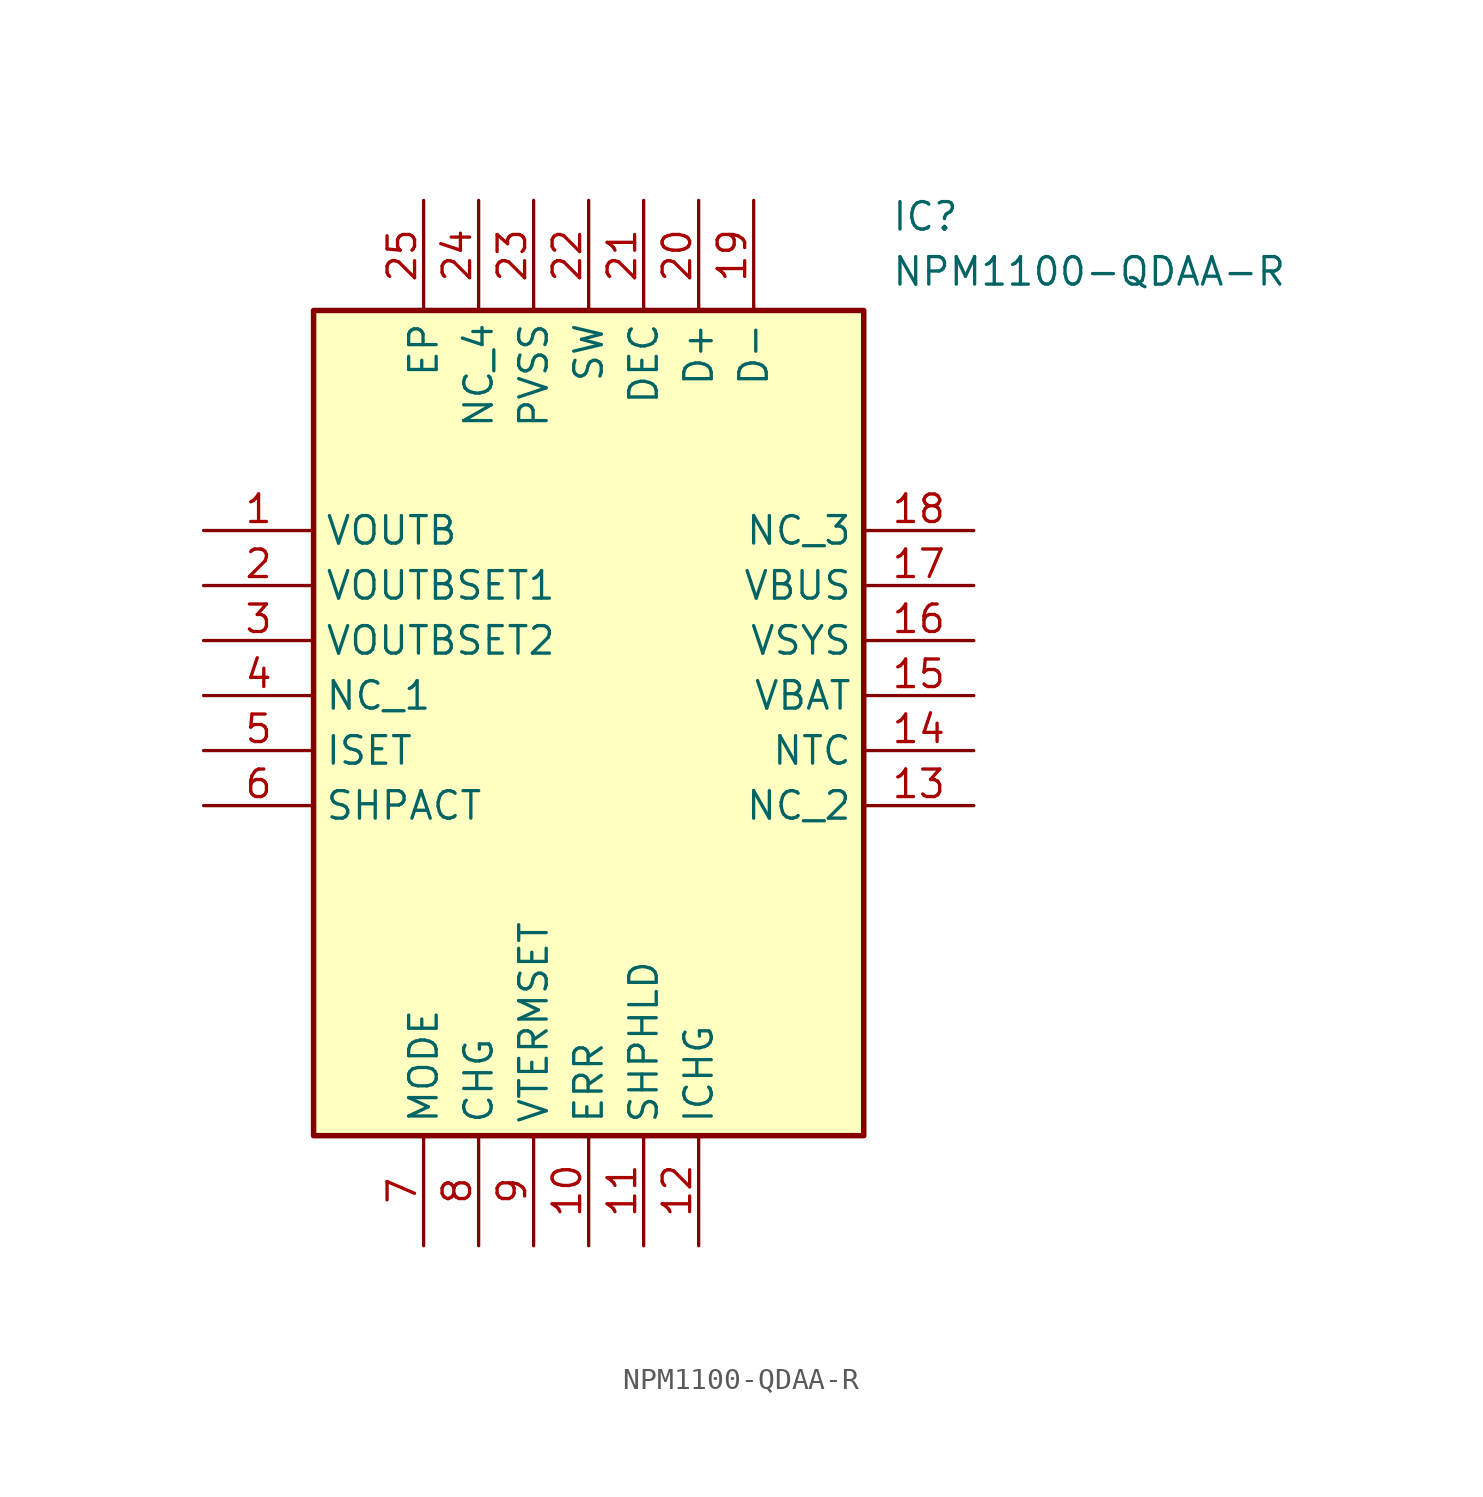
<source format=kicad_sym>
(kicad_symbol_lib
  (version 20211014)
  (generator SamacSys_ECAD_Model)
  (symbol "NPM1100-QDAA-R"
    (property "Reference" "IC"
      (at 31.75 15.24 0)
      (effects (font (size 1.27 1.27)) (justify left top)))
    (property "Value" "NPM1100-QDAA-R"
      (at 31.75 12.7 0)
      (effects (font (size 1.27 1.27)) (justify left top)))
    (rectangle
      (start 5.08 10.16)
      (end 30.48 -27.94)
      (stroke (width 0.254) (type default))
      (fill (type background)))
    (pin passive line
      (at 0 0 0)
      (length 5.08)
      (name "VOUTB" (effects (font (size 1.27 1.27))))
      (number "1" (effects (font (size 1.27 1.27)))))
    (pin passive line
      (at 0 -2.54 0)
      (length 5.08)
      (name "VOUTBSET1" (effects (font (size 1.27 1.27))))
      (number "2" (effects (font (size 1.27 1.27)))))
    (pin passive line
      (at 0 -5.08 0)
      (length 5.08)
      (name "VOUTBSET2" (effects (font (size 1.27 1.27))))
      (number "3" (effects (font (size 1.27 1.27)))))
    (pin passive line
      (at 0 -7.62 0)
      (length 5.08)
      (name "NC_1" (effects (font (size 1.27 1.27))))
      (number "4" (effects (font (size 1.27 1.27)))))
    (pin passive line
      (at 0 -10.16 0)
      (length 5.08)
      (name "ISET" (effects (font (size 1.27 1.27))))
      (number "5" (effects (font (size 1.27 1.27)))))
    (pin passive line
      (at 0 -12.7 0)
      (length 5.08)
      (name "SHPACT" (effects (font (size 1.27 1.27))))
      (number "6" (effects (font (size 1.27 1.27)))))
    (pin passive line
      (at 10.16 -33.02 90)
      (length 5.08)
      (name "MODE" (effects (font (size 1.27 1.27))))
      (number "7" (effects (font (size 1.27 1.27)))))
    (pin passive line
      (at 12.7 -33.02 90)
      (length 5.08)
      (name "CHG" (effects (font (size 1.27 1.27))))
      (number "8" (effects (font (size 1.27 1.27)))))
    (pin passive line
      (at 15.24 -33.02 90)
      (length 5.08)
      (name "VTERMSET" (effects (font (size 1.27 1.27))))
      (number "9" (effects (font (size 1.27 1.27)))))
    (pin passive line
      (at 17.78 -33.02 90)
      (length 5.08)
      (name "ERR" (effects (font (size 1.27 1.27))))
      (number "10" (effects (font (size 1.27 1.27)))))
    (pin passive line
      (at 20.32 -33.02 90)
      (length 5.08)
      (name "SHPHLD" (effects (font (size 1.27 1.27))))
      (number "11" (effects (font (size 1.27 1.27)))))
    (pin passive line
      (at 22.86 -33.02 90)
      (length 5.08)
      (name "ICHG" (effects (font (size 1.27 1.27))))
      (number "12" (effects (font (size 1.27 1.27)))))
    (pin passive line
      (at 35.56 0 180)
      (length 5.08)
      (name "NC_3" (effects (font (size 1.27 1.27))))
      (number "18" (effects (font (size 1.27 1.27)))))
    (pin passive line
      (at 35.56 -2.54 180)
      (length 5.08)
      (name "VBUS" (effects (font (size 1.27 1.27))))
      (number "17" (effects (font (size 1.27 1.27)))))
    (pin passive line
      (at 35.56 -5.08 180)
      (length 5.08)
      (name "VSYS" (effects (font (size 1.27 1.27))))
      (number "16" (effects (font (size 1.27 1.27)))))
    (pin passive line
      (at 35.56 -7.62 180)
      (length 5.08)
      (name "VBAT" (effects (font (size 1.27 1.27))))
      (number "15" (effects (font (size 1.27 1.27)))))
    (pin passive line
      (at 35.56 -10.16 180)
      (length 5.08)
      (name "NTC" (effects (font (size 1.27 1.27))))
      (number "14" (effects (font (size 1.27 1.27)))))
    (pin passive line
      (at 35.56 -12.7 180)
      (length 5.08)
      (name "NC_2" (effects (font (size 1.27 1.27))))
      (number "13" (effects (font (size 1.27 1.27)))))
    (pin passive line
      (at 10.16 15.24 270)
      (length 5.08)
      (name "EP" (effects (font (size 1.27 1.27))))
      (number "25" (effects (font (size 1.27 1.27)))))
    (pin passive line
      (at 12.7 15.24 270)
      (length 5.08)
      (name "NC_4" (effects (font (size 1.27 1.27))))
      (number "24" (effects (font (size 1.27 1.27)))))
    (pin passive line
      (at 15.24 15.24 270)
      (length 5.08)
      (name "PVSS" (effects (font (size 1.27 1.27))))
      (number "23" (effects (font (size 1.27 1.27)))))
    (pin passive line
      (at 17.78 15.24 270)
      (length 5.08)
      (name "SW" (effects (font (size 1.27 1.27))))
      (number "22" (effects (font (size 1.27 1.27)))))
    (pin passive line
      (at 20.32 15.24 270)
      (length 5.08)
      (name "DEC" (effects (font (size 1.27 1.27))))
      (number "21" (effects (font (size 1.27 1.27)))))
    (pin passive line
      (at 22.86 15.24 270)
      (length 5.08)
      (name "D+" (effects (font (size 1.27 1.27))))
      (number "20" (effects (font (size 1.27 1.27)))))
    (pin passive line
      (at 25.4 15.24 270)
      (length 5.08)
      (name "D-" (effects (font (size 1.27 1.27))))
      (number "19" (effects (font (size 1.27 1.27)))))))
</source>
